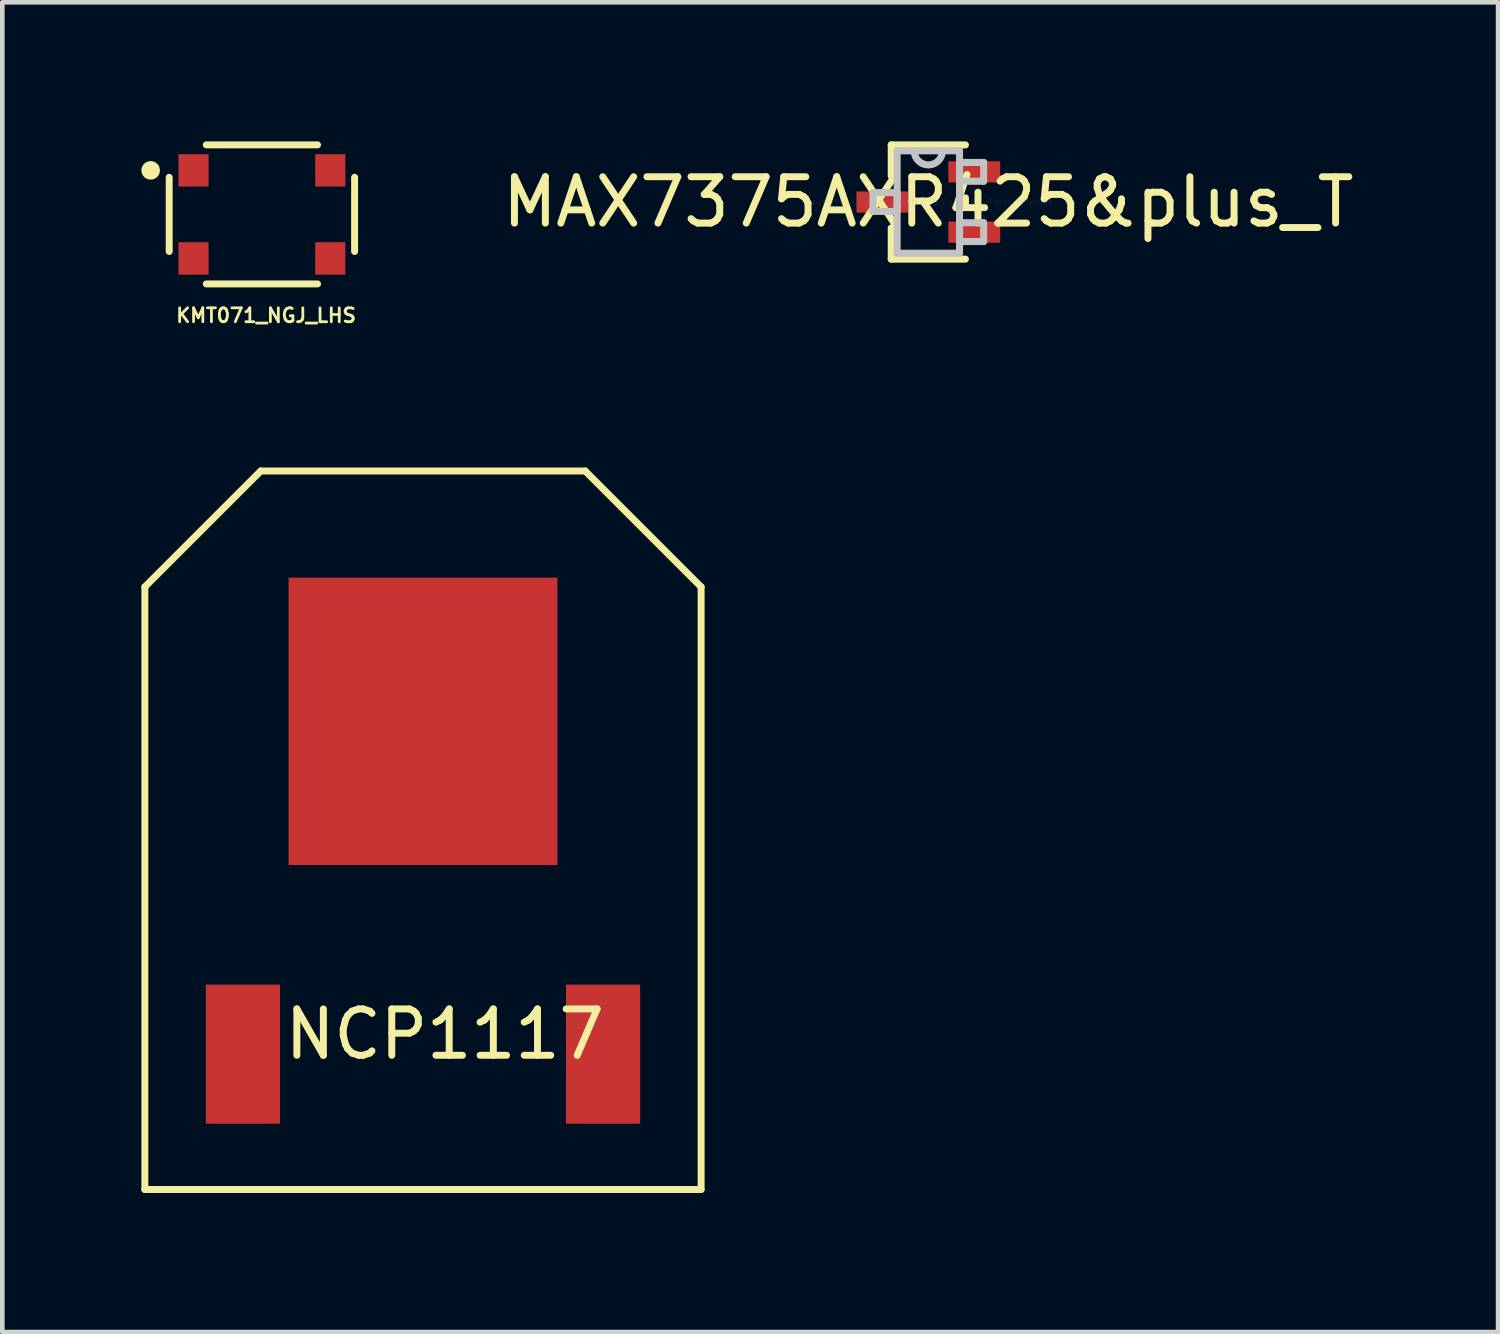
<source format=kicad_pcb>
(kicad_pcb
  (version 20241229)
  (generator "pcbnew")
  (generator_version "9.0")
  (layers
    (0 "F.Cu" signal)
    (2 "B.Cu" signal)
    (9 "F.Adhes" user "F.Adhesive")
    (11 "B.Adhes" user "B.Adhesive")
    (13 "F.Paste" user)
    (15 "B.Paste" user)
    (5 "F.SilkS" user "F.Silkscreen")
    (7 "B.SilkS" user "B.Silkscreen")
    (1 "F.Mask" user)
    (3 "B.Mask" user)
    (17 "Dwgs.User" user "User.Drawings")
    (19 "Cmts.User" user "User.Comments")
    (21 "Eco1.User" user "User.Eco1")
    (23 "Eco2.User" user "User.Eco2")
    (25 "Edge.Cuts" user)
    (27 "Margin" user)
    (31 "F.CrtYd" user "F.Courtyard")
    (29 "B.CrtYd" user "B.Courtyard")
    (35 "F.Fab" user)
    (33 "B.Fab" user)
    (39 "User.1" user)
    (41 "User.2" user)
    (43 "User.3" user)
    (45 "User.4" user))
  (footprint "MAX7375AXR425&plus_T"
    (layer "F.Cu")
    (at 16.977 1.308)
    (property "Reference" "MAX7375AXR425&plus_T" (at 0 0 0) (layer "F.SilkS") (effects (font (size 1 1) (thickness 0.15))))
    (attr through_hole)
    (fp_line (start -0.8 -1.232) (end -0.8 -0.561) (stroke (width 0.152) (type solid)) (layer "F.SilkS"))
    (fp_line (start -0.8 0.561) (end -0.8 1.232) (stroke (width 0.152) (type solid)) (layer "F.SilkS"))
    (fp_line (start -0.8 1.232) (end 0.8 1.232) (stroke (width 0.152) (type solid)) (layer "F.SilkS"))
    (fp_line (start 0.8 -1.232) (end -0.8 -1.232) (stroke (width 0.152) (type solid)) (layer "F.SilkS"))
    (fp_line (start 0.8 0.089) (end 0.8 -0.089) (stroke (width 0.152) (type solid)) (layer "F.SilkS"))
    (fp_line (start -1.194 -0.203) (end -1.194 0.203) (stroke (width 0.152) (type solid)) (layer "Dwgs.User"))
    (fp_line (start -1.194 0.203) (end -0.673 0.203) (stroke (width 0.152) (type solid)) (layer "Dwgs.User"))
    (fp_line (start -0.673 -1.105) (end -0.673 1.105) (stroke (width 0.152) (type solid)) (layer "Dwgs.User"))
    (fp_line (start -0.673 -0.203) (end -1.194 -0.203) (stroke (width 0.152) (type solid)) (layer "Dwgs.User"))
    (fp_line (start -0.673 0.203) (end -0.673 -0.203) (stroke (width 0.152) (type solid)) (layer "Dwgs.User"))
    (fp_line (start -0.673 1.105) (end 0.673 1.105) (stroke (width 0.152) (type solid)) (layer "Dwgs.User"))
    (fp_line (start 0.673 -1.105) (end -0.673 -1.105) (stroke (width 0.152) (type solid)) (layer "Dwgs.User"))
    (fp_line (start 0.673 -0.853) (end 0.673 -0.447) (stroke (width 0.152) (type solid)) (layer "Dwgs.User"))
    (fp_line (start 0.673 -0.447) (end 1.194 -0.447) (stroke (width 0.152) (type solid)) (layer "Dwgs.User"))
    (fp_line (start 0.673 0.447) (end 0.673 0.853) (stroke (width 0.152) (type solid)) (layer "Dwgs.User"))
    (fp_line (start 0.673 0.853) (end 1.194 0.853) (stroke (width 0.152) (type solid)) (layer "Dwgs.User"))
    (fp_line (start 0.673 1.105) (end 0.673 -1.105) (stroke (width 0.152) (type solid)) (layer "Dwgs.User"))
    (fp_line (start 1.194 -0.853) (end 0.673 -0.853) (stroke (width 0.152) (type solid)) (layer "Dwgs.User"))
    (fp_line (start 1.194 -0.447) (end 1.194 -0.853) (stroke (width 0.152) (type solid)) (layer "Dwgs.User"))
    (fp_line (start 1.194 0.447) (end 0.673 0.447) (stroke (width 0.152) (type solid)) (layer "Dwgs.User"))
    (fp_line (start 1.194 0.853) (end 1.194 0.447) (stroke (width 0.152) (type solid)) (layer "Dwgs.User"))
    (fp_arc (start 0.3048 -1.1049) (mid 0 -0.8001) (end -0.3048 -1.1049) (stroke (width 0.1524) (type solid)) (layer "Dwgs.User"))
    (fp_text user "Copyright 2016 Accelerated Designs. All rights reserved." (at 0 0 0) (layer "Cmts.User") (effects (font (size 0.127 0.127) (thickness 0.002))))
    (pad "1" smd rect (at -0.991 0) (size 1.118 0.457) (layers "F.Cu"))
    (pad "2" smd rect (at 0.991 0.65) (size 1.118 0.457) (layers "F.Cu"))
    (pad "3" smd rect (at 0.991 -0.65) (size 1.118 0.457) (layers "F.Cu")))
  (footprint "KMT071_NGJ_LHS"
    (layer "F.Cu")
    (at 2.6 1.575)
    (property "Reference" "KMT071_NGJ_LHS" (at 0.09 2.18 0) (layer "F.SilkS") (effects (font (size 0.3 0.3) (thickness 0.06))))
    (attr through_hole)
    (fp_line (start -2 0.8) (end -2 -0.8) (stroke (width 0.15) (type solid)) (layer "F.SilkS"))
    (fp_line (start -1.2 -1.5) (end 1.2 -1.5) (stroke (width 0.15) (type solid)) (layer "F.SilkS"))
    (fp_line (start 1.2 1.5) (end -1.2 1.5) (stroke (width 0.15) (type solid)) (layer "F.SilkS"))
    (fp_line (start 2 -0.8) (end 2 0.8) (stroke (width 0.15) (type solid)) (layer "F.SilkS"))
    (fp_circle (center -2.4 -0.95) (end -2.4 -0.85) (stroke (width 0.2) (type solid)) (fill no) (layer "F.SilkS"))
    (pad "1" smd rect (at -1.475 -0.95) (size 0.65 0.7) (layers "F.Cu" "F.Mask" "F.Paste"))
    (pad "2" smd rect (at 1.475 -0.95) (size 0.65 0.7) (layers "F.Cu" "F.Mask" "F.Paste"))
    (pad "3" smd rect (at -1.475 0.95) (size 0.65 0.7) (layers "F.Cu" "F.Mask" "F.Paste"))
    (pad "4" smd rect (at 1.475 0.95) (size 0.65 0.7) (layers "F.Cu" "F.Mask" "F.Paste")))
  (footprint "NCP1117"
    (layer "F.Cu")
    (at 6.075 15.611)
    (property "Reference" "NCP1117" (at 0.47 3.65 0) (layer "F.SilkS") (effects (font (size 1 1) (thickness 0.15))))
    (attr through_hole)
    (fp_line (start -6 -6) (end -3.5 -8.5) (stroke (width 0.15) (type solid)) (layer "F.SilkS"))
    (fp_line (start -6 7) (end -6 -6) (stroke (width 0.15) (type solid)) (layer "F.SilkS"))
    (fp_line (start -3.5 -8.5) (end 3.5 -8.5) (stroke (width 0.15) (type solid)) (layer "F.SilkS"))
    (fp_line (start 3.5 -8.5) (end 6 -6) (stroke (width 0.15) (type solid)) (layer "F.SilkS"))
    (fp_line (start 6 -6) (end 6 7) (stroke (width 0.15) (type solid)) (layer "F.SilkS"))
    (fp_line (start 6 7) (end -6 7) (stroke (width 0.15) (type solid)) (layer "F.SilkS"))
    (pad "1" smd rect (at -3.885 4.08) (size 1.6 3) (layers "F.Cu" "F.Mask" "F.Paste"))
    (pad "3" smd rect (at 3.885 4.08) (size 1.6 3) (layers "F.Cu" "F.Mask" "F.Paste"))
    (pad "4" smd rect (at 0 -3.1) (size 5.8 6.2) (layers "F.Cu" "F.Mask" "F.Paste")))
  (gr_rect
    (start -3 -3)
    (end 29.269 25.686)
    (stroke (width 0.1) (type default))
    (fill no)
    (layer "Edge.Cuts")))
</source>
